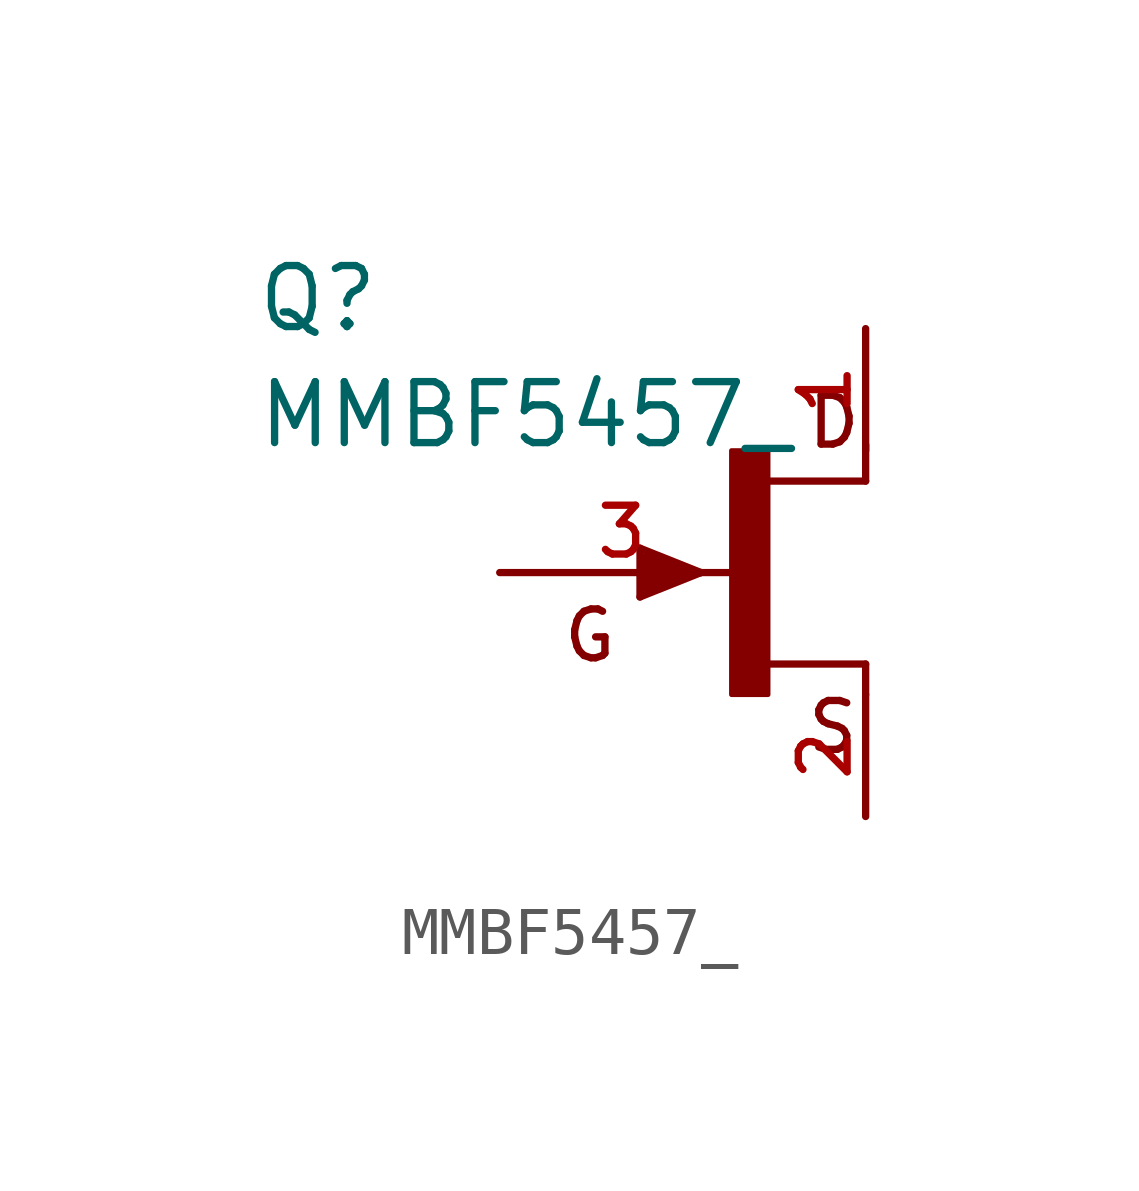
<source format=kicad_sym>
(kicad_symbol_lib
  (version 20231120)
  (generator "kicad_symbol_editor")
  (generator_version "8.0")
  (symbol "MMBF5457_"
    (pin_names
      (offset 1.016))
    (property "Reference" "Q"
      (at -10.175 4.96 0)
      (effects (font (size 1.27 1.27)) (justify left bottom)))
    (property "Value" "MMBF5457_"
      (at -10.171 2.543 0)
      (effects (font (size 1.27 1.27)) (justify left bottom)))
    (symbol "MMBF5457__0_0"
      (rectangle (start -0.254 -2.542) (end 0.508 2.54) (stroke (width 0.1) (type default)) (fill (type outline)))
      (polyline (pts (xy -2.159 -0.508) (xy -0.889 0)) (stroke (width 0.152) (type default)) (fill (type none)))
      (polyline (pts (xy -2.159 0.508) (xy -2.159 -0.508)) (stroke (width 0.152) (type default)) (fill (type none)))
      (polyline (pts (xy -2.032 -0.254) (xy -1.397 0)) (stroke (width 0.305) (type default)) (fill (type none)))
      (polyline (pts (xy -2.032 0.254) (xy -2.032 -0.254)) (stroke (width 0.305) (type default)) (fill (type none)))
      (polyline (pts (xy -1.397 0) (xy -1.27 0)) (stroke (width 0.152) (type default)) (fill (type none)))
      (polyline (pts (xy -1.27 0) (xy -2.032 0.254)) (stroke (width 0.305) (type default)) (fill (type none)))
      (polyline (pts (xy -1.27 0) (xy -0.889 0)) (stroke (width 0.152) (type default)) (fill (type none)))
      (polyline (pts (xy -0.889 0) (xy -2.159 0.508)) (stroke (width 0.152) (type default)) (fill (type none)))
      (polyline (pts (xy 2.54 -2.54) (xy 2.54 -1.905)) (stroke (width 0.152) (type default)) (fill (type none)))
      (polyline (pts (xy 2.54 -1.905) (xy 0.533 -1.905)) (stroke (width 0.152) (type default)) (fill (type none)))
      (polyline (pts (xy 2.54 1.905) (xy 0.508 1.905)) (stroke (width 0.152) (type default)) (fill (type none)))
      (polyline (pts (xy 2.54 2.667) (xy 2.54 1.905)) (stroke (width 0.152) (type default)) (fill (type none)))
      (text "D" (at 1.271 2.543 0) (effects (font (size 1.017 1.017)) (justify left bottom)))
      (text "G" (at -3.813 -1.907 0) (effects (font (size 1.017 1.017)) (justify left bottom)))
      (text "S" (at 1.271 -3.813 0) (effects (font (size 1.017 1.017)) (justify left bottom)))
      (pin passive line (at 2.54 5.08 270) (length 2.54) (name "~" (effects (font (size 1.016 1.016)))) (number "1" (effects (font (size 1.016 1.016)))))
      (pin passive line (at 2.54 -5.08 90) (length 2.54) (name "~" (effects (font (size 1.016 1.016)))) (number "2" (effects (font (size 1.016 1.016)))))
      (pin passive line (at -5.08 0 0) (length 5.08) (name "~" (effects (font (size 1.016 1.016)))) (number "3" (effects (font (size 1.016 1.016))))))))
</source>
